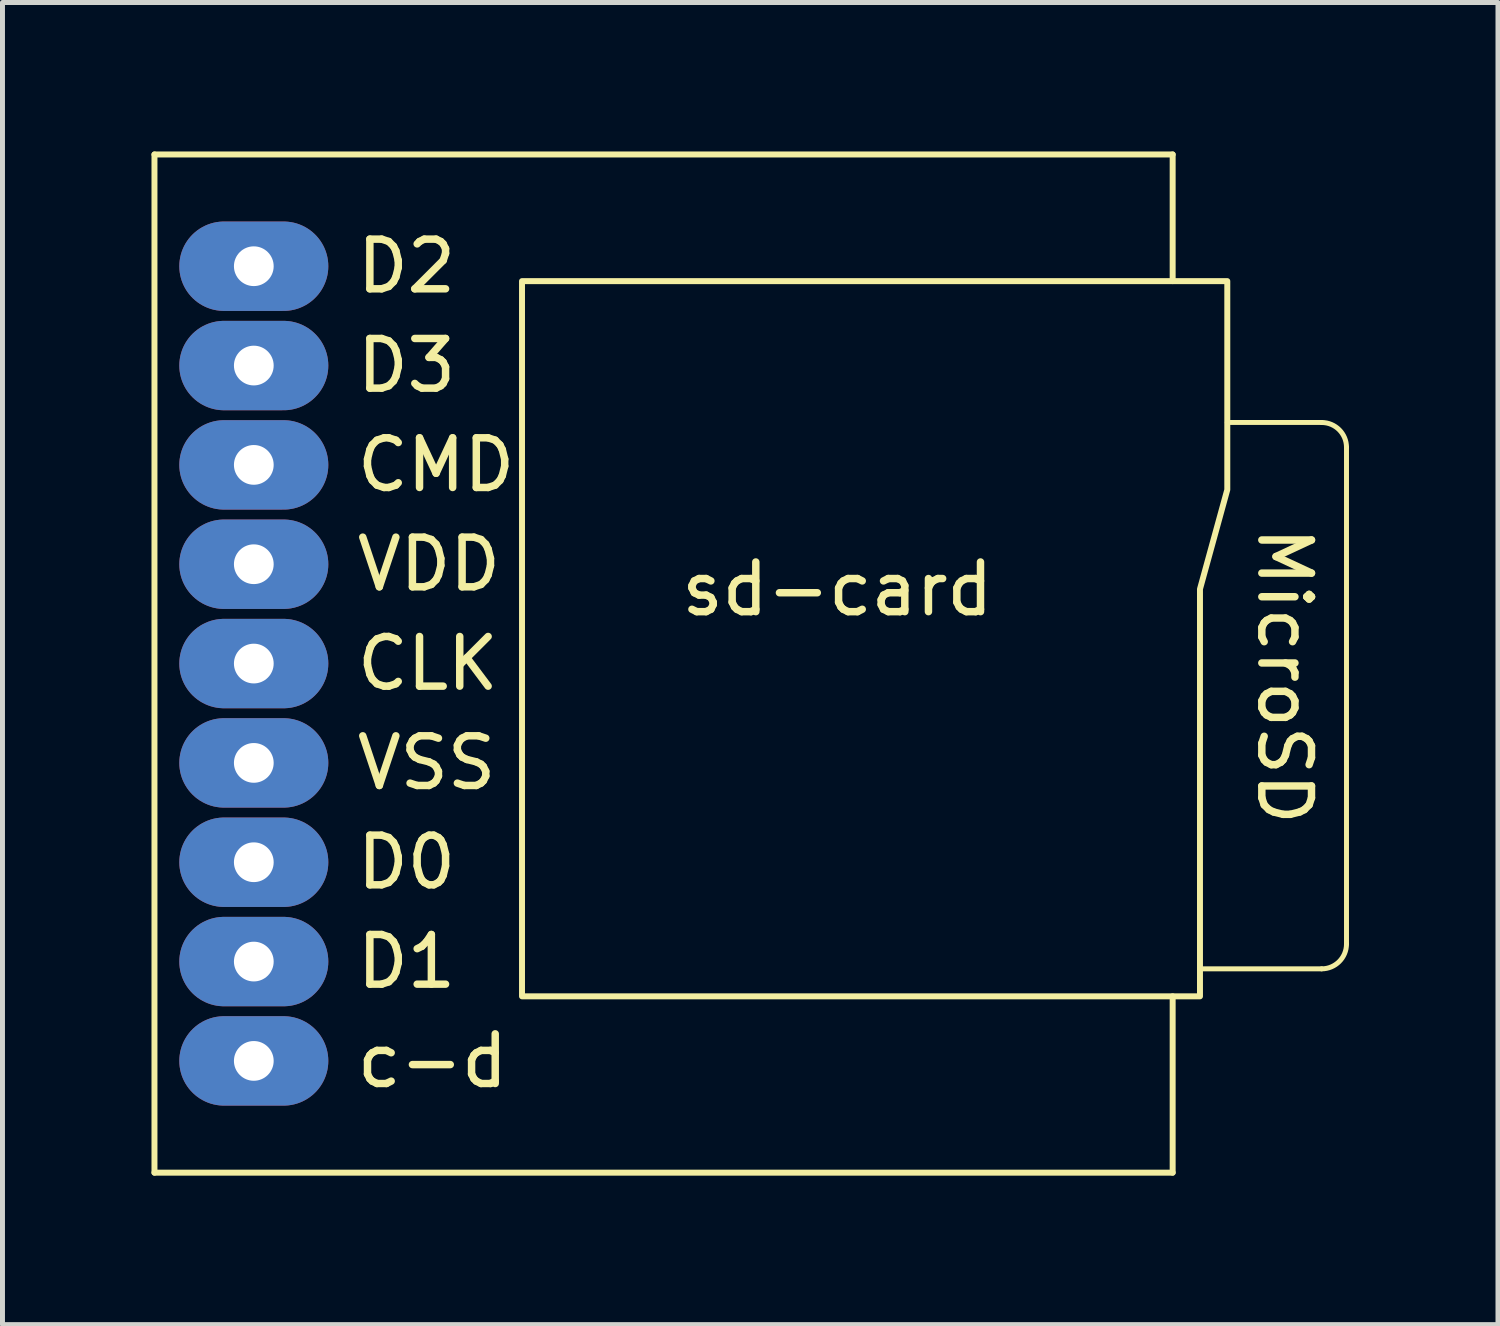
<source format=kicad_pcb>
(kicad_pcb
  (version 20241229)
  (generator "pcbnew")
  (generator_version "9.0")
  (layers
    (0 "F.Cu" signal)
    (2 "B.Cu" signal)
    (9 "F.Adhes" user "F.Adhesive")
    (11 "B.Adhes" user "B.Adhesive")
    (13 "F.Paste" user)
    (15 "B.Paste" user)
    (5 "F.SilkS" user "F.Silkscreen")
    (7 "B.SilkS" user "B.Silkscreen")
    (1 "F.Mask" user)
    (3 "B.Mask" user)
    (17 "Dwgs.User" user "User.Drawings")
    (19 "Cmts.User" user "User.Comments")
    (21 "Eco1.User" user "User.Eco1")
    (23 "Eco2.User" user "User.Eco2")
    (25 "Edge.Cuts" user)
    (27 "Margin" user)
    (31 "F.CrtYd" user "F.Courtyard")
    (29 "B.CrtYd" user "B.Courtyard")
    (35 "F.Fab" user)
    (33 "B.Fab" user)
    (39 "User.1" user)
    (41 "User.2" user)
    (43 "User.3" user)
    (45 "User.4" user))
  (footprint "sd-card"
    (layer "F.Cu")
    (at 2.06 10.31)
    (property "Reference" "sd-card" (at 11.75 -1.5 0) (unlocked yes) (layer "F.SilkS") (effects (font (size 1 1) (thickness 0.15))))
    (attr through_hole)
    (fp_line (start -2 -10.25) (end 18.5 -10.25) (stroke (width 0.12) (type solid)) (layer "F.SilkS"))
    (fp_line (start -2 10.25) (end -2 -10.25) (stroke (width 0.12) (type solid)) (layer "F.SilkS"))
    (fp_line (start 18.5 -10.25) (end 18.5 -7.7) (stroke (width 0.12) (type solid)) (layer "F.SilkS"))
    (fp_line (start 18.5 6.7) (end 18.5 10.25) (stroke (width 0.12) (type solid)) (layer "F.SilkS"))
    (fp_line (start 18.5 10.25) (end -2 10.25) (stroke (width 0.12) (type solid)) (layer "F.SilkS"))
    (fp_line (start 19.1 6.146) (end 21.5 6.146) (stroke (width 0.1) (type solid)) (layer "F.SilkS"))
    (fp_line (start 21.5 -4.854) (end 19.6 -4.854) (stroke (width 0.1) (type solid)) (layer "F.SilkS"))
    (fp_line (start 22 -4.354) (end 22 5.646) (stroke (width 0.1) (type solid)) (layer "F.SilkS"))
    (fp_arc (start 21.5 -4.8536) (mid 21.853553 -4.707153) (end 22 -4.3536) (stroke (width 0.1) (type solid)) (layer "F.SilkS"))
    (fp_arc (start 22 5.6464) (mid 21.853553 5.999953) (end 21.5 6.1464) (stroke (width 0.1) (type solid)) (layer "F.SilkS"))
    (fp_poly (pts (xy 19.6 -3.5) (xy 19.05 -1.5) (xy 19.05 6.7) (xy 5.4 6.7) (xy 5.4 -7.7) (xy 19.6 -7.7)) (stroke (width 0.12) (type solid)) (fill no) (layer "F.SilkS"))
    (fp_text user "MicroSD" (at 20.75 0.25 270) (unlocked yes) (layer "F.SilkS") (effects (font (size 1 1) (thickness 0.15))))
    (fp_text user "VSS" (at 2 2 0) (unlocked yes) (layer "F.SilkS") (effects (font (size 1 1) (thickness 0.15)) (justify left)))
    (fp_text user "D1" (at 2 6 0) (unlocked yes) (layer "F.SilkS") (effects (font (size 1 1) (thickness 0.15)) (justify left)))
    (fp_text user "D2" (at 2 -8 0) (unlocked yes) (layer "F.SilkS") (effects (font (size 1 1) (thickness 0.15)) (justify left)))
    (fp_text user "CMD" (at 2 -4 0) (unlocked yes) (layer "F.SilkS") (effects (font (size 1 1) (thickness 0.15)) (justify left)))
    (fp_text user "CLK" (at 2 0 0) (unlocked yes) (layer "F.SilkS") (effects (font (size 1 1) (thickness 0.15)) (justify left)))
    (fp_text user "c-d" (at 2 8 0) (unlocked yes) (layer "F.SilkS") (effects (font (size 1 1) (thickness 0.15)) (justify left)))
    (fp_text user "VDD" (at 2 -2 0) (unlocked yes) (layer "F.SilkS") (effects (font (size 1 1) (thickness 0.15)) (justify left)))
    (fp_text user "D3" (at 2 -6 0) (unlocked yes) (layer "F.SilkS") (effects (font (size 1 1) (thickness 0.15)) (justify left)))
    (fp_text user "D0" (at 2 4 0) (unlocked yes) (layer "F.SilkS") (effects (font (size 1 1) (thickness 0.15)) (justify left)))
    (pad "1" thru_hole oval (at 0 -8) (size 3 1.8) (drill 0.8) (layers "*.Cu" "*.Mask"))
    (pad "2" thru_hole oval (at 0 -6) (size 3 1.8) (drill 0.8) (layers "*.Cu" "*.Mask"))
    (pad "3" thru_hole oval (at 0 -4) (size 3 1.8) (drill 0.8) (layers "*.Cu" "*.Mask"))
    (pad "4" thru_hole oval (at 0 -2) (size 3 1.8) (drill 0.8) (layers "*.Cu" "*.Mask"))
    (pad "5" thru_hole oval (at 0 0) (size 3 1.8) (drill 0.8) (layers "*.Cu" "*.Mask"))
    (pad "6" thru_hole oval (at 0 2) (size 3 1.8) (drill 0.8) (layers "*.Cu" "*.Mask"))
    (pad "7" thru_hole oval (at 0 4) (size 3 1.8) (drill 0.8) (layers "*.Cu" "*.Mask"))
    (pad "8" thru_hole oval (at 0 6) (size 3 1.8) (drill 0.8) (layers "*.Cu" "*.Mask"))
    (pad "9" thru_hole oval (at 0 8) (size 3 1.8) (drill 0.8) (layers "*.Cu" "*.Mask")))
  (gr_rect
    (start -3 -3)
    (end 27.11 23.62)
    (stroke (width 0.1) (type default))
    (fill no)
    (layer "Edge.Cuts")))
</source>
